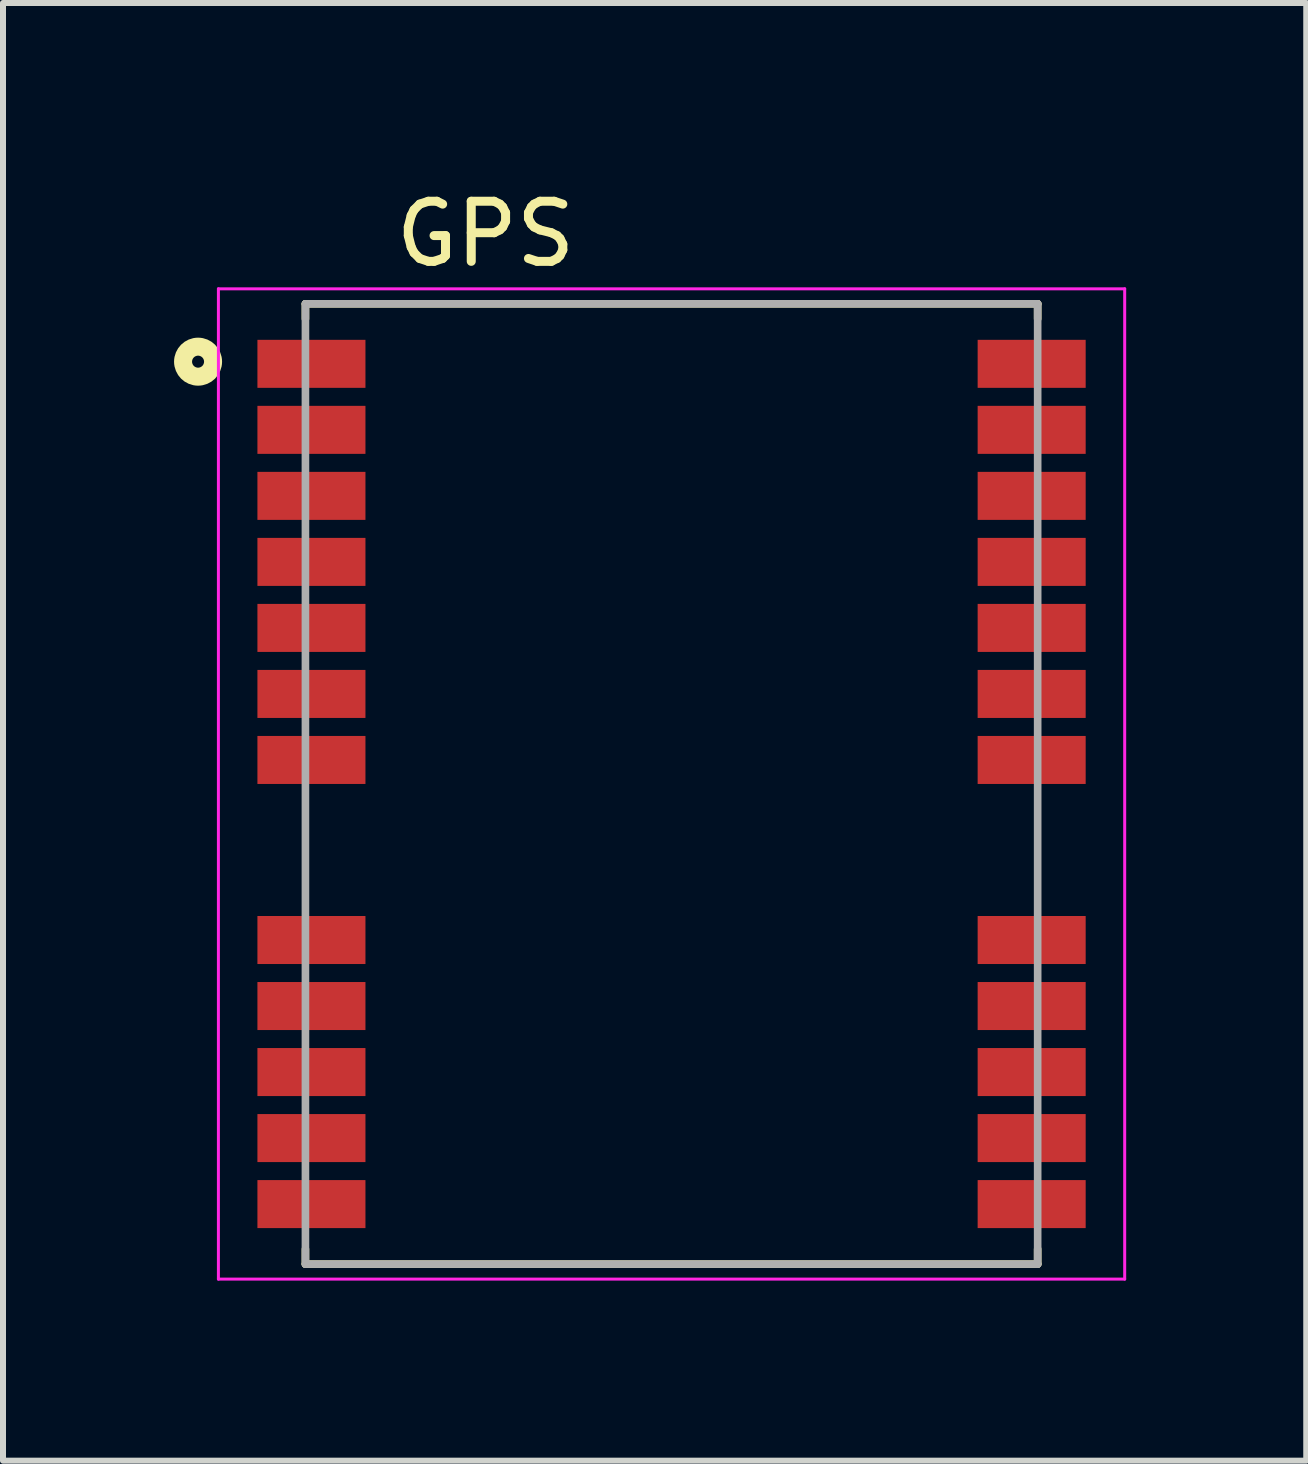
<source format=kicad_pcb>
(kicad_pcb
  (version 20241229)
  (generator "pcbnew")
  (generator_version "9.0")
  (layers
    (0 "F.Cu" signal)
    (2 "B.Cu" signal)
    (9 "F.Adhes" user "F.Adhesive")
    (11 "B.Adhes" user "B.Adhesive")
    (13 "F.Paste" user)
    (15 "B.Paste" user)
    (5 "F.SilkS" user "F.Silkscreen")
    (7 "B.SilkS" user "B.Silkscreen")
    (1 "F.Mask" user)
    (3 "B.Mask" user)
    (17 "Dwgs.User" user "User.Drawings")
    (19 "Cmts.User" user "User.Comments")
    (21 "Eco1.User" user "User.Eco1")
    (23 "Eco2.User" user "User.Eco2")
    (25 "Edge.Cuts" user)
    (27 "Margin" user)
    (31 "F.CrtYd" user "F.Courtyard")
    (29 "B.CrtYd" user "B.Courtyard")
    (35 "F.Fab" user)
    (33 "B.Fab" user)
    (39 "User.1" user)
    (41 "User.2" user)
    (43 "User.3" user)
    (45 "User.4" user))
  (footprint "GPS"
    (layer "F.Cu")
    (at 8.139 10.012)
    (property "Reference" "GPS" (at -3.099 -9.163 0) (layer "F.SilkS") (effects (font (size 1.001 1.001) (thickness 0.15))))
    (attr smd)
    (fp_line (start -6.1 -8) (end 6.1 -8) (stroke (width 0.127) (type solid)) (layer "F.SilkS"))
    (fp_line (start -6.1 -7.75) (end -6.1 -8) (stroke (width 0.127) (type solid)) (layer "F.SilkS"))
    (fp_line (start -6.1 7.75) (end -6.1 8) (stroke (width 0.127) (type solid)) (layer "F.SilkS"))
    (fp_line (start -6.1 8) (end 6.1 8) (stroke (width 0.127) (type solid)) (layer "F.SilkS"))
    (fp_line (start 6.1 -8) (end 6.1 -7.75) (stroke (width 0.127) (type solid)) (layer "F.SilkS"))
    (fp_line (start 6.1 8) (end 6.1 7.75) (stroke (width 0.127) (type solid)) (layer "F.SilkS"))
    (fp_circle (center -7.889 -7.036) (end -7.789 -7.036) (stroke (width 0.3) (type solid)) (fill no) (layer "F.SilkS"))
    (fp_poly (pts (xy -7.3 -7.4) (xy -6.1 -7.4) (xy -6.1 -6.6) (xy -7.3 -6.6)) (stroke (width 0.0001) (type solid)) (fill yes) (layer "F.Paste"))
    (fp_poly (pts (xy -7.3 -6.3) (xy -6.1 -6.3) (xy -6.1 -5.5) (xy -7.3 -5.5)) (stroke (width 0.0001) (type solid)) (fill yes) (layer "F.Paste"))
    (fp_poly (pts (xy -7.3 -5.2) (xy -6.1 -5.2) (xy -6.1 -4.4) (xy -7.3 -4.4)) (stroke (width 0.0001) (type solid)) (fill yes) (layer "F.Paste"))
    (fp_poly (pts (xy -7.3 -4.1) (xy -6.1 -4.1) (xy -6.1 -3.3) (xy -7.3 -3.3)) (stroke (width 0.0001) (type solid)) (fill yes) (layer "F.Paste"))
    (fp_poly (pts (xy -7.3 -3) (xy -6.1 -3) (xy -6.1 -2.2) (xy -7.3 -2.2)) (stroke (width 0.0001) (type solid)) (fill yes) (layer "F.Paste"))
    (fp_poly (pts (xy -7.3 -1.9) (xy -6.1 -1.9) (xy -6.1 -1.1) (xy -7.3 -1.1)) (stroke (width 0.0001) (type solid)) (fill yes) (layer "F.Paste"))
    (fp_poly (pts (xy -7.3 -0.8) (xy -6.1 -0.8) (xy -6.1 0) (xy -7.3 0)) (stroke (width 0.0001) (type solid)) (fill yes) (layer "F.Paste"))
    (fp_poly (pts (xy -7.3 2.2) (xy -6.1 2.2) (xy -6.1 3) (xy -7.3 3)) (stroke (width 0.0001) (type solid)) (fill yes) (layer "F.Paste"))
    (fp_poly (pts (xy -7.3 3.3) (xy -6.1 3.3) (xy -6.1 4.1) (xy -7.3 4.1)) (stroke (width 0.0001) (type solid)) (fill yes) (layer "F.Paste"))
    (fp_poly (pts (xy -7.3 4.4) (xy -6.1 4.4) (xy -6.1 5.2) (xy -7.3 5.2)) (stroke (width 0.0001) (type solid)) (fill yes) (layer "F.Paste"))
    (fp_poly (pts (xy -7.3 5.5) (xy -6.1 5.5) (xy -6.1 6.3) (xy -7.3 6.3)) (stroke (width 0.0001) (type solid)) (fill yes) (layer "F.Paste"))
    (fp_poly (pts (xy -7.3 6.6) (xy -6.1 6.6) (xy -6.1 7.4) (xy -7.3 7.4)) (stroke (width 0.0001) (type solid)) (fill yes) (layer "F.Paste"))
    (fp_poly (pts (xy -6.1 -7.3) (xy -5.2 -7.3) (xy -5.2 -6.7) (xy -6.1 -6.7)) (stroke (width 0.0001) (type solid)) (fill yes) (layer "F.Paste"))
    (fp_poly (pts (xy -6.1 -6.2) (xy -5.2 -6.2) (xy -5.2 -5.6) (xy -6.1 -5.6)) (stroke (width 0.0001) (type solid)) (fill yes) (layer "F.Paste"))
    (fp_poly (pts (xy -6.1 -5.1) (xy -5.2 -5.1) (xy -5.2 -4.5) (xy -6.1 -4.5)) (stroke (width 0.0001) (type solid)) (fill yes) (layer "F.Paste"))
    (fp_poly (pts (xy -6.1 -4) (xy -5.2 -4) (xy -5.2 -3.4) (xy -6.1 -3.4)) (stroke (width 0.0001) (type solid)) (fill yes) (layer "F.Paste"))
    (fp_poly (pts (xy -6.1 -2.9) (xy -5.2 -2.9) (xy -5.2 -2.3) (xy -6.1 -2.3)) (stroke (width 0.0001) (type solid)) (fill yes) (layer "F.Paste"))
    (fp_poly (pts (xy -6.1 -1.8) (xy -5.2 -1.8) (xy -5.2 -1.2) (xy -6.1 -1.2)) (stroke (width 0.0001) (type solid)) (fill yes) (layer "F.Paste"))
    (fp_poly (pts (xy -6.1 -0.7) (xy -5.2 -0.7) (xy -5.2 -0.1) (xy -6.1 -0.1)) (stroke (width 0.0001) (type solid)) (fill yes) (layer "F.Paste"))
    (fp_poly (pts (xy -6.1 2.3) (xy -5.2 2.3) (xy -5.2 2.9) (xy -6.1 2.9)) (stroke (width 0.0001) (type solid)) (fill yes) (layer "F.Paste"))
    (fp_poly (pts (xy -6.1 3.4) (xy -5.2 3.4) (xy -5.2 4) (xy -6.1 4)) (stroke (width 0.0001) (type solid)) (fill yes) (layer "F.Paste"))
    (fp_poly (pts (xy -6.1 4.5) (xy -5.2 4.5) (xy -5.2 5.1) (xy -6.1 5.1)) (stroke (width 0.0001) (type solid)) (fill yes) (layer "F.Paste"))
    (fp_poly (pts (xy -6.1 5.6) (xy -5.2 5.6) (xy -5.2 6.2) (xy -6.1 6.2)) (stroke (width 0.0001) (type solid)) (fill yes) (layer "F.Paste"))
    (fp_poly (pts (xy -6.1 6.7) (xy -5.2 6.7) (xy -5.2 7.3) (xy -6.1 7.3)) (stroke (width 0.0001) (type solid)) (fill yes) (layer "F.Paste"))
    (fp_poly (pts (xy 6.1 -7.3) (xy 5.2 -7.3) (xy 5.2 -6.7) (xy 6.1 -6.7)) (stroke (width 0.0001) (type solid)) (fill yes) (layer "F.Paste"))
    (fp_poly (pts (xy 6.1 -6.2) (xy 5.2 -6.2) (xy 5.2 -5.6) (xy 6.1 -5.6)) (stroke (width 0.0001) (type solid)) (fill yes) (layer "F.Paste"))
    (fp_poly (pts (xy 6.1 -5.1) (xy 5.2 -5.1) (xy 5.2 -4.5) (xy 6.1 -4.5)) (stroke (width 0.0001) (type solid)) (fill yes) (layer "F.Paste"))
    (fp_poly (pts (xy 6.1 -4) (xy 5.2 -4) (xy 5.2 -3.4) (xy 6.1 -3.4)) (stroke (width 0.0001) (type solid)) (fill yes) (layer "F.Paste"))
    (fp_poly (pts (xy 6.1 -2.9) (xy 5.2 -2.9) (xy 5.2 -2.3) (xy 6.1 -2.3)) (stroke (width 0.0001) (type solid)) (fill yes) (layer "F.Paste"))
    (fp_poly (pts (xy 6.1 -1.8) (xy 5.2 -1.8) (xy 5.2 -1.2) (xy 6.1 -1.2)) (stroke (width 0.0001) (type solid)) (fill yes) (layer "F.Paste"))
    (fp_poly (pts (xy 6.1 -0.7) (xy 5.2 -0.7) (xy 5.2 -0.1) (xy 6.1 -0.1)) (stroke (width 0.0001) (type solid)) (fill yes) (layer "F.Paste"))
    (fp_poly (pts (xy 6.1 2.3) (xy 5.2 2.3) (xy 5.2 2.9) (xy 6.1 2.9)) (stroke (width 0.0001) (type solid)) (fill yes) (layer "F.Paste"))
    (fp_poly (pts (xy 6.1 3.4) (xy 5.2 3.4) (xy 5.2 4) (xy 6.1 4)) (stroke (width 0.0001) (type solid)) (fill yes) (layer "F.Paste"))
    (fp_poly (pts (xy 6.1 4.5) (xy 5.2 4.5) (xy 5.2 5.1) (xy 6.1 5.1)) (stroke (width 0.0001) (type solid)) (fill yes) (layer "F.Paste"))
    (fp_poly (pts (xy 6.1 5.6) (xy 5.2 5.6) (xy 5.2 6.2) (xy 6.1 6.2)) (stroke (width 0.0001) (type solid)) (fill yes) (layer "F.Paste"))
    (fp_poly (pts (xy 6.1 6.7) (xy 5.2 6.7) (xy 5.2 7.3) (xy 6.1 7.3)) (stroke (width 0.0001) (type solid)) (fill yes) (layer "F.Paste"))
    (fp_poly (pts (xy 7.3 -7.4) (xy 6.1 -7.4) (xy 6.1 -6.6) (xy 7.3 -6.6)) (stroke (width 0.0001) (type solid)) (fill yes) (layer "F.Paste"))
    (fp_poly (pts (xy 7.3 -6.3) (xy 6.1 -6.3) (xy 6.1 -5.5) (xy 7.3 -5.5)) (stroke (width 0.0001) (type solid)) (fill yes) (layer "F.Paste"))
    (fp_poly (pts (xy 7.3 -5.2) (xy 6.1 -5.2) (xy 6.1 -4.4) (xy 7.3 -4.4)) (stroke (width 0.0001) (type solid)) (fill yes) (layer "F.Paste"))
    (fp_poly (pts (xy 7.3 -4.1) (xy 6.1 -4.1) (xy 6.1 -3.3) (xy 7.3 -3.3)) (stroke (width 0.0001) (type solid)) (fill yes) (layer "F.Paste"))
    (fp_poly (pts (xy 7.3 -3) (xy 6.1 -3) (xy 6.1 -2.2) (xy 7.3 -2.2)) (stroke (width 0.0001) (type solid)) (fill yes) (layer "F.Paste"))
    (fp_poly (pts (xy 7.3 -1.9) (xy 6.1 -1.9) (xy 6.1 -1.1) (xy 7.3 -1.1)) (stroke (width 0.0001) (type solid)) (fill yes) (layer "F.Paste"))
    (fp_poly (pts (xy 7.3 -0.8) (xy 6.1 -0.8) (xy 6.1 0) (xy 7.3 0)) (stroke (width 0.0001) (type solid)) (fill yes) (layer "F.Paste"))
    (fp_poly (pts (xy 7.3 2.2) (xy 6.1 2.2) (xy 6.1 3) (xy 7.3 3)) (stroke (width 0.0001) (type solid)) (fill yes) (layer "F.Paste"))
    (fp_poly (pts (xy 7.3 3.3) (xy 6.1 3.3) (xy 6.1 4.1) (xy 7.3 4.1)) (stroke (width 0.0001) (type solid)) (fill yes) (layer "F.Paste"))
    (fp_poly (pts (xy 7.3 4.4) (xy 6.1 4.4) (xy 6.1 5.2) (xy 7.3 5.2)) (stroke (width 0.0001) (type solid)) (fill yes) (layer "F.Paste"))
    (fp_poly (pts (xy 7.3 5.5) (xy 6.1 5.5) (xy 6.1 6.3) (xy 7.3 6.3)) (stroke (width 0.0001) (type solid)) (fill yes) (layer "F.Paste"))
    (fp_poly (pts (xy 7.3 6.6) (xy 6.1 6.6) (xy 6.1 7.4) (xy 7.3 7.4)) (stroke (width 0.0001) (type solid)) (fill yes) (layer "F.Paste"))
    (fp_line (start -7.55 -8.25) (end 7.55 -8.25) (stroke (width 0.05) (type solid)) (layer "F.CrtYd"))
    (fp_line (start -7.55 8.25) (end -7.55 -8.25) (stroke (width 0.05) (type solid)) (layer "F.CrtYd"))
    (fp_line (start 7.55 -8.25) (end 7.55 8.25) (stroke (width 0.05) (type solid)) (layer "F.CrtYd"))
    (fp_line (start 7.55 8.25) (end -7.55 8.25) (stroke (width 0.05) (type solid)) (layer "F.CrtYd"))
    (fp_line (start -6.1 -8) (end 6.1 -8) (stroke (width 0.127) (type solid)) (layer "F.Fab"))
    (fp_line (start -6.1 8) (end -6.1 -8) (stroke (width 0.127) (type solid)) (layer "F.Fab"))
    (fp_line (start 6.1 -8) (end 6.1 8) (stroke (width 0.127) (type solid)) (layer "F.Fab"))
    (fp_line (start 6.1 8) (end -6.1 8) (stroke (width 0.127) (type solid)) (layer "F.Fab"))
    (pad "1" smd rect (at -6 -7 180) (size 1.8 0.8) (layers "F.Cu" "F.Mask"))
    (pad "2" smd rect (at -6 -5.9 180) (size 1.8 0.8) (layers "F.Cu" "F.Mask"))
    (pad "3" smd rect (at -6 -4.8 180) (size 1.8 0.8) (layers "F.Cu" "F.Mask"))
    (pad "4" smd rect (at -6 -3.7 180) (size 1.8 0.8) (layers "F.Cu" "F.Mask"))
    (pad "5" smd rect (at -6 -2.6 180) (size 1.8 0.8) (layers "F.Cu" "F.Mask"))
    (pad "6" smd rect (at -6 -1.5 180) (size 1.8 0.8) (layers "F.Cu" "F.Mask"))
    (pad "7" smd rect (at -6 -0.4 180) (size 1.8 0.8) (layers "F.Cu" "F.Mask"))
    (pad "8" smd rect (at -6 2.6 180) (size 1.8 0.8) (layers "F.Cu" "F.Mask"))
    (pad "9" smd rect (at -6 3.7 180) (size 1.8 0.8) (layers "F.Cu" "F.Mask"))
    (pad "10" smd rect (at -6 4.8 180) (size 1.8 0.8) (layers "F.Cu" "F.Mask"))
    (pad "11" smd rect (at -6 5.9 180) (size 1.8 0.8) (layers "F.Cu" "F.Mask"))
    (pad "12" smd rect (at -6 7 180) (size 1.8 0.8) (layers "F.Cu" "F.Mask"))
    (pad "13" smd rect (at 6 7 180) (size 1.8 0.8) (layers "F.Cu" "F.Mask"))
    (pad "14" smd rect (at 6 5.9 180) (size 1.8 0.8) (layers "F.Cu" "F.Mask"))
    (pad "15" smd rect (at 6 4.8 180) (size 1.8 0.8) (layers "F.Cu" "F.Mask"))
    (pad "16" smd rect (at 6 3.7 180) (size 1.8 0.8) (layers "F.Cu" "F.Mask"))
    (pad "17" smd rect (at 6 2.6 180) (size 1.8 0.8) (layers "F.Cu" "F.Mask"))
    (pad "18" smd rect (at 6 -0.4 180) (size 1.8 0.8) (layers "F.Cu" "F.Mask"))
    (pad "19" smd rect (at 6 -1.5 180) (size 1.8 0.8) (layers "F.Cu" "F.Mask"))
    (pad "20" smd rect (at 6 -2.6 180) (size 1.8 0.8) (layers "F.Cu" "F.Mask"))
    (pad "21" smd rect (at 6 -3.7 180) (size 1.8 0.8) (layers "F.Cu" "F.Mask"))
    (pad "22" smd rect (at 6 -4.8 180) (size 1.8 0.8) (layers "F.Cu" "F.Mask"))
    (pad "23" smd rect (at 6 -5.9 180) (size 1.8 0.8) (layers "F.Cu" "F.Mask"))
    (pad "24" smd rect (at 6 -7 180) (size 1.8 0.8) (layers "F.Cu" "F.Mask")))
  (gr_rect
    (start -3 -3)
    (end 18.714 21.287)
    (stroke (width 0.1) (type default))
    (fill no)
    (layer "Edge.Cuts")))
</source>
